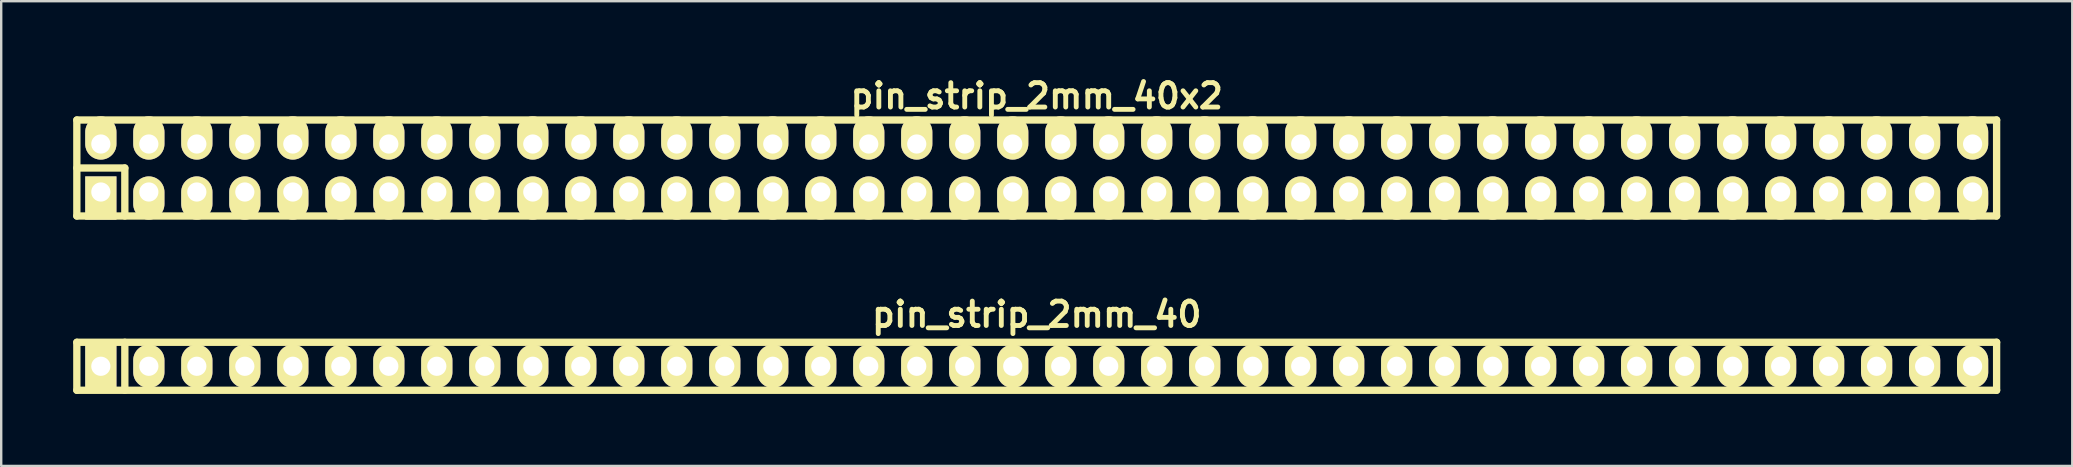
<source format=kicad_pcb>
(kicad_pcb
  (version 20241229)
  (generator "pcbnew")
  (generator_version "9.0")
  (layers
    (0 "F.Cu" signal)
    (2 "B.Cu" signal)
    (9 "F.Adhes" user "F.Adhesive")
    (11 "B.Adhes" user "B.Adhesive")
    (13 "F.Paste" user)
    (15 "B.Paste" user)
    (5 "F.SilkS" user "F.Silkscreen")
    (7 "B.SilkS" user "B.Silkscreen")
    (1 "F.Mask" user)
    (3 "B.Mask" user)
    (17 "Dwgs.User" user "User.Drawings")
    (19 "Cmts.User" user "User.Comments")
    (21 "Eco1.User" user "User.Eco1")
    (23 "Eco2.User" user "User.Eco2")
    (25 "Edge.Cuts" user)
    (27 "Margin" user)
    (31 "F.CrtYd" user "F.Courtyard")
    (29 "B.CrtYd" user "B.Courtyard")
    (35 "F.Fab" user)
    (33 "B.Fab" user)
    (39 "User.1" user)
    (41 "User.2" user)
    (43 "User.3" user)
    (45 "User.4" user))
  (footprint "pin_strip_2mm_40x2"
    (layer "F.Cu")
    (at 40.152 3.951)
    (property "Reference" "pin_strip_2mm_40x2" (at 0 -3 0) (layer "F.SilkS") (effects (font (size 1.016 1.016) (thickness 0.203))))
    (attr through_hole)
    (fp_line (start -40 -2) (end 40 -2) (stroke (width 0.305) (type solid)) (layer "F.SilkS"))
    (fp_line (start -40 0) (end -38 0) (stroke (width 0.305) (type solid)) (layer "F.SilkS"))
    (fp_line (start -40 2) (end -40 -2) (stroke (width 0.305) (type solid)) (layer "F.SilkS"))
    (fp_line (start -38 0) (end -38 2) (stroke (width 0.305) (type solid)) (layer "F.SilkS"))
    (fp_line (start 40 -2) (end 40 2) (stroke (width 0.305) (type solid)) (layer "F.SilkS"))
    (fp_line (start 40 2) (end -40 2) (stroke (width 0.305) (type solid)) (layer "F.SilkS"))
    (pad "1" thru_hole rect (at -39 1) (size 1.3 1.8) (drill 0.8 (offset 0 0.25)) (layers "*.Cu" "*.Mask" "F.SilkS"))
    (pad "2" thru_hole oval (at -39 -1) (size 1.3 1.8) (drill 0.8 (offset 0 -0.25)) (layers "*.Cu" "*.Mask" "F.SilkS"))
    (pad "3" thru_hole oval (at -37 1) (size 1.3 1.8) (drill 0.8 (offset 0 0.25)) (layers "*.Cu" "*.Mask" "F.SilkS"))
    (pad "4" thru_hole oval (at -37 -1) (size 1.3 1.8) (drill 0.8 (offset 0 -0.25)) (layers "*.Cu" "*.Mask" "F.SilkS"))
    (pad "5" thru_hole oval (at -35 1) (size 1.3 1.8) (drill 0.8 (offset 0 0.25)) (layers "*.Cu" "*.Mask" "F.SilkS"))
    (pad "6" thru_hole oval (at -35 -1) (size 1.3 1.8) (drill 0.8 (offset 0 -0.25)) (layers "*.Cu" "*.Mask" "F.SilkS"))
    (pad "7" thru_hole oval (at -33 1) (size 1.3 1.8) (drill 0.8 (offset 0 0.25)) (layers "*.Cu" "*.Mask" "F.SilkS"))
    (pad "8" thru_hole oval (at -33 -1) (size 1.3 1.8) (drill 0.8 (offset 0 -0.25)) (layers "*.Cu" "*.Mask" "F.SilkS"))
    (pad "9" thru_hole oval (at -31 1) (size 1.3 1.8) (drill 0.8 (offset 0 0.25)) (layers "*.Cu" "*.Mask" "F.SilkS"))
    (pad "10" thru_hole oval (at -31 -1) (size 1.3 1.8) (drill 0.8 (offset 0 -0.25)) (layers "*.Cu" "*.Mask" "F.SilkS"))
    (pad "11" thru_hole oval (at -29 1) (size 1.3 1.8) (drill 0.8 (offset 0 0.25)) (layers "*.Cu" "*.Mask" "F.SilkS"))
    (pad "12" thru_hole oval (at -29 -1) (size 1.3 1.8) (drill 0.8 (offset 0 -0.25)) (layers "*.Cu" "*.Mask" "F.SilkS"))
    (pad "13" thru_hole oval (at -27 1) (size 1.3 1.8) (drill 0.8 (offset 0 0.25)) (layers "*.Cu" "*.Mask" "F.SilkS"))
    (pad "14" thru_hole oval (at -27 -1) (size 1.3 1.8) (drill 0.8 (offset 0 -0.25)) (layers "*.Cu" "*.Mask" "F.SilkS"))
    (pad "15" thru_hole oval (at -25 1) (size 1.3 1.8) (drill 0.8 (offset 0 0.25)) (layers "*.Cu" "*.Mask" "F.SilkS"))
    (pad "16" thru_hole oval (at -25 -1) (size 1.3 1.8) (drill 0.8 (offset 0 -0.25)) (layers "*.Cu" "*.Mask" "F.SilkS"))
    (pad "17" thru_hole oval (at -23 1) (size 1.3 1.8) (drill 0.8 (offset 0 0.25)) (layers "*.Cu" "*.Mask" "F.SilkS"))
    (pad "18" thru_hole oval (at -23 -1) (size 1.3 1.8) (drill 0.8 (offset 0 -0.25)) (layers "*.Cu" "*.Mask" "F.SilkS"))
    (pad "19" thru_hole oval (at -21 1) (size 1.3 1.8) (drill 0.8 (offset 0 0.25)) (layers "*.Cu" "*.Mask" "F.SilkS"))
    (pad "20" thru_hole oval (at -21 -1) (size 1.3 1.8) (drill 0.8 (offset 0 -0.25)) (layers "*.Cu" "*.Mask" "F.SilkS"))
    (pad "21" thru_hole oval (at -19 1) (size 1.3 1.8) (drill 0.8 (offset 0 0.25)) (layers "*.Cu" "*.Mask" "F.SilkS"))
    (pad "22" thru_hole oval (at -19 -1) (size 1.3 1.8) (drill 0.8 (offset 0 -0.25)) (layers "*.Cu" "*.Mask" "F.SilkS"))
    (pad "23" thru_hole oval (at -17 1) (size 1.3 1.8) (drill 0.8 (offset 0 0.25)) (layers "*.Cu" "*.Mask" "F.SilkS"))
    (pad "24" thru_hole oval (at -17 -1) (size 1.3 1.8) (drill 0.8 (offset 0 -0.25)) (layers "*.Cu" "*.Mask" "F.SilkS"))
    (pad "25" thru_hole oval (at -15 1) (size 1.3 1.8) (drill 0.8 (offset 0 0.25)) (layers "*.Cu" "*.Mask" "F.SilkS"))
    (pad "26" thru_hole oval (at -15 -1) (size 1.3 1.8) (drill 0.8 (offset 0 -0.25)) (layers "*.Cu" "*.Mask" "F.SilkS"))
    (pad "27" thru_hole oval (at -13 1) (size 1.3 1.8) (drill 0.8 (offset 0 0.25)) (layers "*.Cu" "*.Mask" "F.SilkS"))
    (pad "28" thru_hole oval (at -13 -1) (size 1.3 1.8) (drill 0.8 (offset 0 -0.25)) (layers "*.Cu" "*.Mask" "F.SilkS"))
    (pad "29" thru_hole oval (at -11 1) (size 1.3 1.8) (drill 0.8 (offset 0 0.25)) (layers "*.Cu" "*.Mask" "F.SilkS"))
    (pad "30" thru_hole oval (at -11 -1) (size 1.3 1.8) (drill 0.8 (offset 0 -0.25)) (layers "*.Cu" "*.Mask" "F.SilkS"))
    (pad "31" thru_hole oval (at -9 1) (size 1.3 1.8) (drill 0.8 (offset 0 0.25)) (layers "*.Cu" "*.Mask" "F.SilkS"))
    (pad "32" thru_hole oval (at -9 -1) (size 1.3 1.8) (drill 0.8 (offset 0 -0.25)) (layers "*.Cu" "*.Mask" "F.SilkS"))
    (pad "33" thru_hole oval (at -7 1) (size 1.3 1.8) (drill 0.8 (offset 0 0.25)) (layers "*.Cu" "*.Mask" "F.SilkS"))
    (pad "34" thru_hole oval (at -7 -1) (size 1.3 1.8) (drill 0.8 (offset 0 -0.25)) (layers "*.Cu" "*.Mask" "F.SilkS"))
    (pad "35" thru_hole oval (at -5 1) (size 1.3 1.8) (drill 0.8 (offset 0 0.25)) (layers "*.Cu" "*.Mask" "F.SilkS"))
    (pad "36" thru_hole oval (at -5 -1) (size 1.3 1.8) (drill 0.8 (offset 0 -0.25)) (layers "*.Cu" "*.Mask" "F.SilkS"))
    (pad "37" thru_hole oval (at -3 1) (size 1.3 1.8) (drill 0.8 (offset 0 0.25)) (layers "*.Cu" "*.Mask" "F.SilkS"))
    (pad "38" thru_hole oval (at -3 -1) (size 1.3 1.8) (drill 0.8 (offset 0 -0.25)) (layers "*.Cu" "*.Mask" "F.SilkS"))
    (pad "39" thru_hole oval (at -1 1) (size 1.3 1.8) (drill 0.8 (offset 0 0.25)) (layers "*.Cu" "*.Mask" "F.SilkS"))
    (pad "40" thru_hole oval (at -1 -1) (size 1.3 1.8) (drill 0.8 (offset 0 -0.25)) (layers "*.Cu" "*.Mask" "F.SilkS"))
    (pad "41" thru_hole oval (at 1 1) (size 1.3 1.8) (drill 0.8 (offset 0 0.25)) (layers "*.Cu" "*.Mask" "F.SilkS"))
    (pad "42" thru_hole oval (at 1 -1) (size 1.3 1.8) (drill 0.8 (offset 0 -0.25)) (layers "*.Cu" "*.Mask" "F.SilkS"))
    (pad "43" thru_hole oval (at 3 1) (size 1.3 1.8) (drill 0.8 (offset 0 0.25)) (layers "*.Cu" "*.Mask" "F.SilkS"))
    (pad "44" thru_hole oval (at 3 -1) (size 1.3 1.8) (drill 0.8 (offset 0 -0.25)) (layers "*.Cu" "*.Mask" "F.SilkS"))
    (pad "45" thru_hole oval (at 5 1) (size 1.3 1.8) (drill 0.8 (offset 0 0.25)) (layers "*.Cu" "*.Mask" "F.SilkS"))
    (pad "46" thru_hole oval (at 5 -1) (size 1.3 1.8) (drill 0.8 (offset 0 -0.25)) (layers "*.Cu" "*.Mask" "F.SilkS"))
    (pad "47" thru_hole oval (at 7 1) (size 1.3 1.8) (drill 0.8 (offset 0 0.25)) (layers "*.Cu" "*.Mask" "F.SilkS"))
    (pad "48" thru_hole oval (at 7 -1) (size 1.3 1.8) (drill 0.8 (offset 0 -0.25)) (layers "*.Cu" "*.Mask" "F.SilkS"))
    (pad "49" thru_hole oval (at 9 1) (size 1.3 1.8) (drill 0.8 (offset 0 0.25)) (layers "*.Cu" "*.Mask" "F.SilkS"))
    (pad "50" thru_hole oval (at 9 -1) (size 1.3 1.8) (drill 0.8 (offset 0 -0.25)) (layers "*.Cu" "*.Mask" "F.SilkS"))
    (pad "51" thru_hole oval (at 11 1) (size 1.3 1.8) (drill 0.8 (offset 0 0.25)) (layers "*.Cu" "*.Mask" "F.SilkS"))
    (pad "52" thru_hole oval (at 11 -1) (size 1.3 1.8) (drill 0.8 (offset 0 -0.25)) (layers "*.Cu" "*.Mask" "F.SilkS"))
    (pad "53" thru_hole oval (at 13 1) (size 1.3 1.8) (drill 0.8 (offset 0 0.25)) (layers "*.Cu" "*.Mask" "F.SilkS"))
    (pad "54" thru_hole oval (at 13 -1) (size 1.3 1.8) (drill 0.8 (offset 0 -0.25)) (layers "*.Cu" "*.Mask" "F.SilkS"))
    (pad "55" thru_hole oval (at 15 1) (size 1.3 1.8) (drill 0.8 (offset 0 0.25)) (layers "*.Cu" "*.Mask" "F.SilkS"))
    (pad "56" thru_hole oval (at 15 -1) (size 1.3 1.8) (drill 0.8 (offset 0 -0.25)) (layers "*.Cu" "*.Mask" "F.SilkS"))
    (pad "57" thru_hole oval (at 17 1) (size 1.3 1.8) (drill 0.8 (offset 0 0.25)) (layers "*.Cu" "*.Mask" "F.SilkS"))
    (pad "58" thru_hole oval (at 17 -1) (size 1.3 1.8) (drill 0.8 (offset 0 -0.25)) (layers "*.Cu" "*.Mask" "F.SilkS"))
    (pad "59" thru_hole oval (at 19 1) (size 1.3 1.8) (drill 0.8 (offset 0 0.25)) (layers "*.Cu" "*.Mask" "F.SilkS"))
    (pad "60" thru_hole oval (at 19 -1) (size 1.3 1.8) (drill 0.8 (offset 0 -0.25)) (layers "*.Cu" "*.Mask" "F.SilkS"))
    (pad "61" thru_hole oval (at 21 1) (size 1.3 1.8) (drill 0.8 (offset 0 0.25)) (layers "*.Cu" "*.Mask" "F.SilkS"))
    (pad "62" thru_hole oval (at 21 -1) (size 1.3 1.8) (drill 0.8 (offset 0 -0.25)) (layers "*.Cu" "*.Mask" "F.SilkS"))
    (pad "63" thru_hole oval (at 23 1) (size 1.3 1.8) (drill 0.8 (offset 0 0.25)) (layers "*.Cu" "*.Mask" "F.SilkS"))
    (pad "64" thru_hole oval (at 23 -1) (size 1.3 1.8) (drill 0.8 (offset 0 -0.25)) (layers "*.Cu" "*.Mask" "F.SilkS"))
    (pad "65" thru_hole oval (at 25 1) (size 1.3 1.8) (drill 0.8 (offset 0 0.25)) (layers "*.Cu" "*.Mask" "F.SilkS"))
    (pad "66" thru_hole oval (at 25 -1) (size 1.3 1.8) (drill 0.8 (offset 0 -0.25)) (layers "*.Cu" "*.Mask" "F.SilkS"))
    (pad "67" thru_hole oval (at 27 1) (size 1.3 1.8) (drill 0.8 (offset 0 0.25)) (layers "*.Cu" "*.Mask" "F.SilkS"))
    (pad "68" thru_hole oval (at 27 -1) (size 1.3 1.8) (drill 0.8 (offset 0 -0.25)) (layers "*.Cu" "*.Mask" "F.SilkS"))
    (pad "69" thru_hole oval (at 29 1) (size 1.3 1.8) (drill 0.8 (offset 0 0.25)) (layers "*.Cu" "*.Mask" "F.SilkS"))
    (pad "70" thru_hole oval (at 29 -1) (size 1.3 1.8) (drill 0.8 (offset 0 -0.25)) (layers "*.Cu" "*.Mask" "F.SilkS"))
    (pad "71" thru_hole oval (at 31 1) (size 1.3 1.8) (drill 0.8 (offset 0 0.25)) (layers "*.Cu" "*.Mask" "F.SilkS"))
    (pad "72" thru_hole oval (at 31 -1) (size 1.3 1.8) (drill 0.8 (offset 0 -0.25)) (layers "*.Cu" "*.Mask" "F.SilkS"))
    (pad "73" thru_hole oval (at 33 1) (size 1.3 1.8) (drill 0.8 (offset 0 0.25)) (layers "*.Cu" "*.Mask" "F.SilkS"))
    (pad "74" thru_hole oval (at 33 -1) (size 1.3 1.8) (drill 0.8 (offset 0 -0.25)) (layers "*.Cu" "*.Mask" "F.SilkS"))
    (pad "75" thru_hole oval (at 35 1) (size 1.3 1.8) (drill 0.8 (offset 0 0.25)) (layers "*.Cu" "*.Mask" "F.SilkS"))
    (pad "76" thru_hole oval (at 35 -1) (size 1.3 1.8) (drill 0.8 (offset 0 -0.25)) (layers "*.Cu" "*.Mask" "F.SilkS"))
    (pad "77" thru_hole oval (at 37 1) (size 1.3 1.8) (drill 0.8 (offset 0 0.25)) (layers "*.Cu" "*.Mask" "F.SilkS"))
    (pad "78" thru_hole oval (at 37 -1) (size 1.3 1.8) (drill 0.8 (offset 0 -0.25)) (layers "*.Cu" "*.Mask" "F.SilkS"))
    (pad "79" thru_hole oval (at 39 1) (size 1.3 1.8) (drill 0.8 (offset 0 0.25)) (layers "*.Cu" "*.Mask" "F.SilkS"))
    (pad "80" thru_hole oval (at 39 -1) (size 1.3 1.8) (drill 0.8 (offset 0 -0.25)) (layers "*.Cu" "*.Mask" "F.SilkS")))
  (footprint "pin_strip_2mm_40"
    (layer "F.Cu")
    (at 40.152 12.213)
    (property "Reference" "pin_strip_2mm_40" (at 0 -2.159 0) (layer "F.SilkS") (effects (font (size 1.016 1.016) (thickness 0.203))))
    (attr through_hole)
    (fp_line (start -40 -1) (end 40 -1) (stroke (width 0.305) (type solid)) (layer "F.SilkS"))
    (fp_line (start -40 1) (end -40 -1) (stroke (width 0.305) (type solid)) (layer "F.SilkS"))
    (fp_line (start -38 -1) (end -38 1) (stroke (width 0.305) (type solid)) (layer "F.SilkS"))
    (fp_line (start 40 -1) (end 40 1) (stroke (width 0.305) (type solid)) (layer "F.SilkS"))
    (fp_line (start 40 1) (end -40 1) (stroke (width 0.305) (type solid)) (layer "F.SilkS"))
    (pad "1" thru_hole rect (at -39 0) (size 1.3 1.8) (drill 0.8) (layers "*.Cu" "*.Mask" "F.SilkS"))
    (pad "2" thru_hole oval (at -37 0) (size 1.3 1.8) (drill 0.8) (layers "*.Cu" "*.Mask" "F.SilkS"))
    (pad "3" thru_hole oval (at -35 0) (size 1.3 1.8) (drill 0.8) (layers "*.Cu" "*.Mask" "F.SilkS"))
    (pad "4" thru_hole oval (at -33 0) (size 1.3 1.8) (drill 0.8) (layers "*.Cu" "*.Mask" "F.SilkS"))
    (pad "5" thru_hole oval (at -31 0) (size 1.3 1.8) (drill 0.8) (layers "*.Cu" "*.Mask" "F.SilkS"))
    (pad "6" thru_hole oval (at -29 0) (size 1.3 1.8) (drill 0.8) (layers "*.Cu" "*.Mask" "F.SilkS"))
    (pad "7" thru_hole oval (at -27 0) (size 1.3 1.8) (drill 0.8) (layers "*.Cu" "*.Mask" "F.SilkS"))
    (pad "8" thru_hole oval (at -25 0) (size 1.3 1.8) (drill 0.8) (layers "*.Cu" "*.Mask" "F.SilkS"))
    (pad "9" thru_hole oval (at -23 0) (size 1.3 1.8) (drill 0.8) (layers "*.Cu" "*.Mask" "F.SilkS"))
    (pad "10" thru_hole oval (at -21 0) (size 1.3 1.8) (drill 0.8) (layers "*.Cu" "*.Mask" "F.SilkS"))
    (pad "11" thru_hole oval (at -19 0) (size 1.3 1.8) (drill 0.8) (layers "*.Cu" "*.Mask" "F.SilkS"))
    (pad "12" thru_hole oval (at -17 0) (size 1.3 1.8) (drill 0.8) (layers "*.Cu" "*.Mask" "F.SilkS"))
    (pad "13" thru_hole oval (at -15 0) (size 1.3 1.8) (drill 0.8) (layers "*.Cu" "*.Mask" "F.SilkS"))
    (pad "14" thru_hole oval (at -13 0) (size 1.3 1.8) (drill 0.8) (layers "*.Cu" "*.Mask" "F.SilkS"))
    (pad "15" thru_hole oval (at -11 0) (size 1.3 1.8) (drill 0.8) (layers "*.Cu" "*.Mask" "F.SilkS"))
    (pad "16" thru_hole oval (at -9 0) (size 1.3 1.8) (drill 0.8) (layers "*.Cu" "*.Mask" "F.SilkS"))
    (pad "17" thru_hole oval (at -7 0) (size 1.3 1.8) (drill 0.8) (layers "*.Cu" "*.Mask" "F.SilkS"))
    (pad "18" thru_hole oval (at -5 0) (size 1.3 1.8) (drill 0.8) (layers "*.Cu" "*.Mask" "F.SilkS"))
    (pad "19" thru_hole oval (at -3 0) (size 1.3 1.8) (drill 0.8) (layers "*.Cu" "*.Mask" "F.SilkS"))
    (pad "20" thru_hole oval (at -1 0) (size 1.3 1.8) (drill 0.8) (layers "*.Cu" "*.Mask" "F.SilkS"))
    (pad "21" thru_hole oval (at 1 0) (size 1.3 1.8) (drill 0.8) (layers "*.Cu" "*.Mask" "F.SilkS"))
    (pad "22" thru_hole oval (at 3 0) (size 1.3 1.8) (drill 0.8) (layers "*.Cu" "*.Mask" "F.SilkS"))
    (pad "23" thru_hole oval (at 5 0) (size 1.3 1.8) (drill 0.8) (layers "*.Cu" "*.Mask" "F.SilkS"))
    (pad "24" thru_hole oval (at 7 0) (size 1.3 1.8) (drill 0.8) (layers "*.Cu" "*.Mask" "F.SilkS"))
    (pad "25" thru_hole oval (at 9 0) (size 1.3 1.8) (drill 0.8) (layers "*.Cu" "*.Mask" "F.SilkS"))
    (pad "26" thru_hole oval (at 11 0) (size 1.3 1.8) (drill 0.8) (layers "*.Cu" "*.Mask" "F.SilkS"))
    (pad "27" thru_hole oval (at 13 0) (size 1.3 1.8) (drill 0.8) (layers "*.Cu" "*.Mask" "F.SilkS"))
    (pad "28" thru_hole oval (at 15 0) (size 1.3 1.8) (drill 0.8) (layers "*.Cu" "*.Mask" "F.SilkS"))
    (pad "29" thru_hole oval (at 17 0) (size 1.3 1.8) (drill 0.8) (layers "*.Cu" "*.Mask" "F.SilkS"))
    (pad "30" thru_hole oval (at 19 0) (size 1.3 1.8) (drill 0.8) (layers "*.Cu" "*.Mask" "F.SilkS"))
    (pad "31" thru_hole oval (at 21 0) (size 1.3 1.8) (drill 0.8) (layers "*.Cu" "*.Mask" "F.SilkS"))
    (pad "32" thru_hole oval (at 23 0) (size 1.3 1.8) (drill 0.8) (layers "*.Cu" "*.Mask" "F.SilkS"))
    (pad "33" thru_hole oval (at 25 0) (size 1.3 1.8) (drill 0.8) (layers "*.Cu" "*.Mask" "F.SilkS"))
    (pad "34" thru_hole oval (at 27 0) (size 1.3 1.8) (drill 0.8) (layers "*.Cu" "*.Mask" "F.SilkS"))
    (pad "35" thru_hole oval (at 29 0) (size 1.3 1.8) (drill 0.8) (layers "*.Cu" "*.Mask" "F.SilkS"))
    (pad "36" thru_hole oval (at 31 0) (size 1.3 1.8) (drill 0.8) (layers "*.Cu" "*.Mask" "F.SilkS"))
    (pad "37" thru_hole oval (at 33 0) (size 1.3 1.8) (drill 0.8) (layers "*.Cu" "*.Mask" "F.SilkS"))
    (pad "38" thru_hole oval (at 35 0) (size 1.3 1.8) (drill 0.8) (layers "*.Cu" "*.Mask" "F.SilkS"))
    (pad "39" thru_hole oval (at 37 0) (size 1.3 1.8) (drill 0.8) (layers "*.Cu" "*.Mask" "F.SilkS"))
    (pad "40" thru_hole oval (at 39 0) (size 1.3 1.8) (drill 0.8) (layers "*.Cu" "*.Mask" "F.SilkS")))
  (gr_rect
    (start -3 -3)
    (end 83.305 16.366)
    (stroke (width 0.1) (type default))
    (fill no)
    (layer "Edge.Cuts")))
</source>
